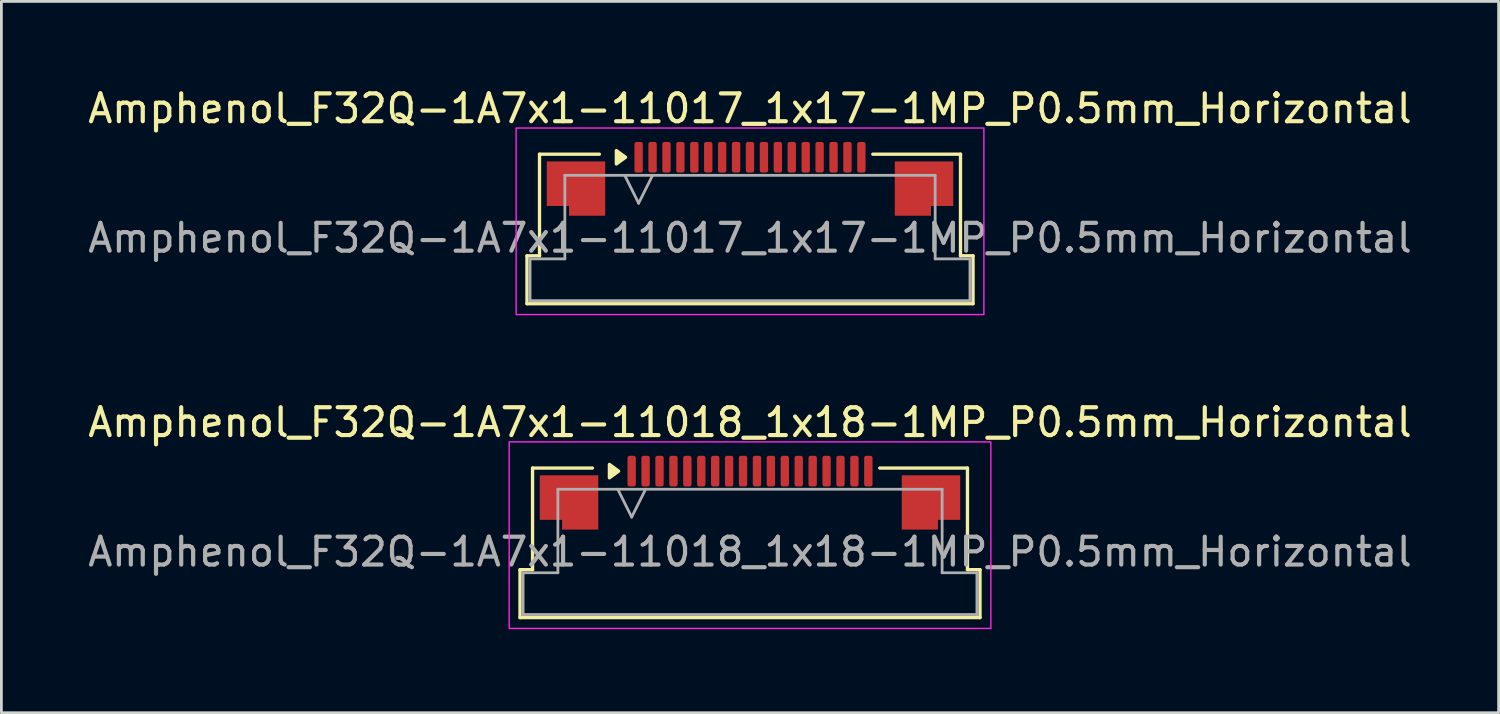
<source format=kicad_pcb>
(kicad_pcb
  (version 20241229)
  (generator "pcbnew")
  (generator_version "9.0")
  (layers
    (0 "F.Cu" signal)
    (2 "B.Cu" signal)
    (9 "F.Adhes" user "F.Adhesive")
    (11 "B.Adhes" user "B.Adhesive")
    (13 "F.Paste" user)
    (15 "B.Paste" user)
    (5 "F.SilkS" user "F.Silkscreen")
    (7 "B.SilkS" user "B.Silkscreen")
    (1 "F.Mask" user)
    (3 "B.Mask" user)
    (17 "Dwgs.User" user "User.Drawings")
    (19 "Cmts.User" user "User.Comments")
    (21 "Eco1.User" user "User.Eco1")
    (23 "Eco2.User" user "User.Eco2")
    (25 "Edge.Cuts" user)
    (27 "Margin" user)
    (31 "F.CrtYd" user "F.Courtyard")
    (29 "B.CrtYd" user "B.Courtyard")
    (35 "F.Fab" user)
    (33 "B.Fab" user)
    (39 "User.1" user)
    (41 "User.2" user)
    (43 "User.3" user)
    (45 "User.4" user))
  (footprint "Amphenol_F32Q-1A7x1-11018_1x18-1MP_P0.5mm_Horizontal"
    (layer "F.Cu")
    (at 23.887 16.771)
    (property "Reference" "Amphenol_F32Q-1A7x1-11018_1x18-1MP_P0.5mm_Horizontal" (at 0 -4.65 0) (layer "F.SilkS") (effects (font (size 1 1) (thickness 0.15))))
    (attr smd)
    (fp_line (start -8.26 0.64) (end -7.81 0.64) (stroke (width 0.12) (type solid)) (layer "F.SilkS"))
    (fp_line (start -8.26 2.36) (end -8.26 0.64) (stroke (width 0.12) (type solid)) (layer "F.SilkS"))
    (fp_line (start -7.81 -3.01) (end -5.66 -3.01) (stroke (width 0.12) (type solid)) (layer "F.SilkS"))
    (fp_line (start -7.81 0.64) (end -7.81 -3.01) (stroke (width 0.12) (type solid)) (layer "F.SilkS"))
    (fp_line (start 4.66 -3.01) (end 7.81 -3.01) (stroke (width 0.12) (type solid)) (layer "F.SilkS"))
    (fp_line (start 7.81 -3.01) (end 7.81 0.64) (stroke (width 0.12) (type solid)) (layer "F.SilkS"))
    (fp_line (start 7.81 0.64) (end 8.26 0.64) (stroke (width 0.12) (type solid)) (layer "F.SilkS"))
    (fp_line (start 8.26 0.64) (end 8.26 2.36) (stroke (width 0.12) (type solid)) (layer "F.SilkS"))
    (fp_line (start 8.26 2.36) (end -8.26 2.36) (stroke (width 0.12) (type solid)) (layer "F.SilkS"))
    (fp_poly (pts (xy -4.72 -2.9) (xy -5.05 -2.66) (xy -5.05 -3.14)) (stroke (width 0.12) (type solid)) (fill yes) (layer "F.SilkS"))
    (fp_rect (start -8.65 -3.95) (end 8.65 2.75) (stroke (width 0.05) (type solid)) (fill no) (layer "F.CrtYd"))
    (fp_line (start -8.15 0.75) (end -6.9 0.75) (stroke (width 0.1) (type solid)) (layer "F.Fab"))
    (fp_line (start -8.15 2.25) (end -8.15 0.75) (stroke (width 0.1) (type solid)) (layer "F.Fab"))
    (fp_line (start -6.9 -2.25) (end 6.9 -2.25) (stroke (width 0.1) (type solid)) (layer "F.Fab"))
    (fp_line (start -6.9 0.75) (end -6.9 -2.25) (stroke (width 0.1) (type solid)) (layer "F.Fab"))
    (fp_line (start -4.75 -2.25) (end -4.25 -1.25) (stroke (width 0.1) (type solid)) (layer "F.Fab"))
    (fp_line (start -4.25 -1.25) (end -3.75 -2.25) (stroke (width 0.1) (type solid)) (layer "F.Fab"))
    (fp_line (start 6.9 -2.25) (end 6.9 0.75) (stroke (width 0.1) (type solid)) (layer "F.Fab"))
    (fp_line (start 6.9 0.75) (end 8.15 0.75) (stroke (width 0.1) (type solid)) (layer "F.Fab"))
    (fp_line (start 8.15 0.75) (end 8.15 2.25) (stroke (width 0.1) (type solid)) (layer "F.Fab"))
    (fp_line (start 8.15 2.25) (end -8.15 2.25) (stroke (width 0.1) (type solid)) (layer "F.Fab"))
    (fp_text user "${REFERENCE}" (at 0 0 0) (layer "F.Fab") (effects (font (size 1 1) (thickness 0.15))))
    (pad "1" smd roundrect (at -4.25 -2.9) (size 0.3 1.1) (layers "F.Cu" "F.Mask" "F.Paste") (roundrect_rratio 0.25))
    (pad "2" smd roundrect (at -3.75 -2.9) (size 0.3 1.1) (layers "F.Cu" "F.Mask" "F.Paste") (roundrect_rratio 0.25))
    (pad "3" smd roundrect (at -3.25 -2.9) (size 0.3 1.1) (layers "F.Cu" "F.Mask" "F.Paste") (roundrect_rratio 0.25))
    (pad "4" smd roundrect (at -2.75 -2.9) (size 0.3 1.1) (layers "F.Cu" "F.Mask" "F.Paste") (roundrect_rratio 0.25))
    (pad "5" smd roundrect (at -2.25 -2.9) (size 0.3 1.1) (layers "F.Cu" "F.Mask" "F.Paste") (roundrect_rratio 0.25))
    (pad "6" smd roundrect (at -1.75 -2.9) (size 0.3 1.1) (layers "F.Cu" "F.Mask" "F.Paste") (roundrect_rratio 0.25))
    (pad "7" smd roundrect (at -1.25 -2.9) (size 0.3 1.1) (layers "F.Cu" "F.Mask" "F.Paste") (roundrect_rratio 0.25))
    (pad "8" smd roundrect (at -0.75 -2.9) (size 0.3 1.1) (layers "F.Cu" "F.Mask" "F.Paste") (roundrect_rratio 0.25))
    (pad "9" smd roundrect (at -0.25 -2.9) (size 0.3 1.1) (layers "F.Cu" "F.Mask" "F.Paste") (roundrect_rratio 0.25))
    (pad "10" smd roundrect (at 0.25 -2.9) (size 0.3 1.1) (layers "F.Cu" "F.Mask" "F.Paste") (roundrect_rratio 0.25))
    (pad "11" smd roundrect (at 0.75 -2.9) (size 0.3 1.1) (layers "F.Cu" "F.Mask" "F.Paste") (roundrect_rratio 0.25))
    (pad "12" smd roundrect (at 1.25 -2.9) (size 0.3 1.1) (layers "F.Cu" "F.Mask" "F.Paste") (roundrect_rratio 0.25))
    (pad "13" smd roundrect (at 1.75 -2.9) (size 0.3 1.1) (layers "F.Cu" "F.Mask" "F.Paste") (roundrect_rratio 0.25))
    (pad "14" smd roundrect (at 2.25 -2.9) (size 0.3 1.1) (layers "F.Cu" "F.Mask" "F.Paste") (roundrect_rratio 0.25))
    (pad "15" smd roundrect (at 2.75 -2.9) (size 0.3 1.1) (layers "F.Cu" "F.Mask" "F.Paste") (roundrect_rratio 0.25))
    (pad "16" smd roundrect (at 3.25 -2.9) (size 0.3 1.1) (layers "F.Cu" "F.Mask" "F.Paste") (roundrect_rratio 0.25))
    (pad "17" smd roundrect (at 3.75 -2.9) (size 0.3 1.1) (layers "F.Cu" "F.Mask" "F.Paste") (roundrect_rratio 0.25))
    (pad "18" smd roundrect (at 4.25 -2.9) (size 0.3 1.1) (layers "F.Cu" "F.Mask" "F.Paste") (roundrect_rratio 0.25))
    (pad "MP" smd custom (at -6.5 -1.775) (size 1 1) (layers "F.Cu" "F.Mask" "F.Paste") (options (anchor circle)) (primitives (gr_poly (pts (xy 1.05 -0.975) (xy 1.05 0.975) (xy -0.25 0.975) (xy -0.25 0.625) (xy -1.05 0.625) (xy -1.05 -0.975)) (width 0) (fill yes))))
    (pad "MP" smd custom (at 6.5 -1.775) (size 1 1) (layers "F.Cu" "F.Mask" "F.Paste") (options (anchor circle)) (primitives (gr_poly (pts (xy -1.05 -0.975) (xy -1.05 0.975) (xy 0.25 0.975) (xy 0.25 0.625) (xy 1.05 0.625) (xy 1.05 -0.975)) (width 0) (fill yes)))))
  (footprint "Amphenol_F32Q-1A7x1-11017_1x17-1MP_P0.5mm_Horizontal"
    (layer "F.Cu")
    (at 23.887 5.498)
    (property "Reference" "Amphenol_F32Q-1A7x1-11017_1x17-1MP_P0.5mm_Horizontal" (at 0 -4.65 0) (layer "F.SilkS") (effects (font (size 1 1) (thickness 0.15))))
    (attr smd)
    (fp_line (start -8.01 0.64) (end -7.56 0.64) (stroke (width 0.12) (type solid)) (layer "F.SilkS"))
    (fp_line (start -8.01 2.36) (end -8.01 0.64) (stroke (width 0.12) (type solid)) (layer "F.SilkS"))
    (fp_line (start -7.56 -3.01) (end -5.41 -3.01) (stroke (width 0.12) (type solid)) (layer "F.SilkS"))
    (fp_line (start -7.56 0.64) (end -7.56 -3.01) (stroke (width 0.12) (type solid)) (layer "F.SilkS"))
    (fp_line (start 4.41 -3.01) (end 7.56 -3.01) (stroke (width 0.12) (type solid)) (layer "F.SilkS"))
    (fp_line (start 7.56 -3.01) (end 7.56 0.64) (stroke (width 0.12) (type solid)) (layer "F.SilkS"))
    (fp_line (start 7.56 0.64) (end 8.01 0.64) (stroke (width 0.12) (type solid)) (layer "F.SilkS"))
    (fp_line (start 8.01 0.64) (end 8.01 2.36) (stroke (width 0.12) (type solid)) (layer "F.SilkS"))
    (fp_line (start 8.01 2.36) (end -8.01 2.36) (stroke (width 0.12) (type solid)) (layer "F.SilkS"))
    (fp_poly (pts (xy -4.47 -2.9) (xy -4.8 -2.66) (xy -4.8 -3.14)) (stroke (width 0.12) (type solid)) (fill yes) (layer "F.SilkS"))
    (fp_rect (start -8.4 -3.95) (end 8.4 2.75) (stroke (width 0.05) (type solid)) (fill no) (layer "F.CrtYd"))
    (fp_line (start -7.9 0.75) (end -6.65 0.75) (stroke (width 0.1) (type solid)) (layer "F.Fab"))
    (fp_line (start -7.9 2.25) (end -7.9 0.75) (stroke (width 0.1) (type solid)) (layer "F.Fab"))
    (fp_line (start -6.65 -2.25) (end 6.65 -2.25) (stroke (width 0.1) (type solid)) (layer "F.Fab"))
    (fp_line (start -6.65 0.75) (end -6.65 -2.25) (stroke (width 0.1) (type solid)) (layer "F.Fab"))
    (fp_line (start -4.5 -2.25) (end -4 -1.25) (stroke (width 0.1) (type solid)) (layer "F.Fab"))
    (fp_line (start -4 -1.25) (end -3.5 -2.25) (stroke (width 0.1) (type solid)) (layer "F.Fab"))
    (fp_line (start 6.65 -2.25) (end 6.65 0.75) (stroke (width 0.1) (type solid)) (layer "F.Fab"))
    (fp_line (start 6.65 0.75) (end 7.9 0.75) (stroke (width 0.1) (type solid)) (layer "F.Fab"))
    (fp_line (start 7.9 0.75) (end 7.9 2.25) (stroke (width 0.1) (type solid)) (layer "F.Fab"))
    (fp_line (start 7.9 2.25) (end -7.9 2.25) (stroke (width 0.1) (type solid)) (layer "F.Fab"))
    (fp_text user "${REFERENCE}" (at 0 0 0) (layer "F.Fab") (effects (font (size 1 1) (thickness 0.15))))
    (pad "1" smd roundrect (at -4 -2.9) (size 0.3 1.1) (layers "F.Cu" "F.Mask" "F.Paste") (roundrect_rratio 0.25))
    (pad "2" smd roundrect (at -3.5 -2.9) (size 0.3 1.1) (layers "F.Cu" "F.Mask" "F.Paste") (roundrect_rratio 0.25))
    (pad "3" smd roundrect (at -3 -2.9) (size 0.3 1.1) (layers "F.Cu" "F.Mask" "F.Paste") (roundrect_rratio 0.25))
    (pad "4" smd roundrect (at -2.5 -2.9) (size 0.3 1.1) (layers "F.Cu" "F.Mask" "F.Paste") (roundrect_rratio 0.25))
    (pad "5" smd roundrect (at -2 -2.9) (size 0.3 1.1) (layers "F.Cu" "F.Mask" "F.Paste") (roundrect_rratio 0.25))
    (pad "6" smd roundrect (at -1.5 -2.9) (size 0.3 1.1) (layers "F.Cu" "F.Mask" "F.Paste") (roundrect_rratio 0.25))
    (pad "7" smd roundrect (at -1 -2.9) (size 0.3 1.1) (layers "F.Cu" "F.Mask" "F.Paste") (roundrect_rratio 0.25))
    (pad "8" smd roundrect (at -0.5 -2.9) (size 0.3 1.1) (layers "F.Cu" "F.Mask" "F.Paste") (roundrect_rratio 0.25))
    (pad "9" smd roundrect (at 0 -2.9) (size 0.3 1.1) (layers "F.Cu" "F.Mask" "F.Paste") (roundrect_rratio 0.25))
    (pad "10" smd roundrect (at 0.5 -2.9) (size 0.3 1.1) (layers "F.Cu" "F.Mask" "F.Paste") (roundrect_rratio 0.25))
    (pad "11" smd roundrect (at 1 -2.9) (size 0.3 1.1) (layers "F.Cu" "F.Mask" "F.Paste") (roundrect_rratio 0.25))
    (pad "12" smd roundrect (at 1.5 -2.9) (size 0.3 1.1) (layers "F.Cu" "F.Mask" "F.Paste") (roundrect_rratio 0.25))
    (pad "13" smd roundrect (at 2 -2.9) (size 0.3 1.1) (layers "F.Cu" "F.Mask" "F.Paste") (roundrect_rratio 0.25))
    (pad "14" smd roundrect (at 2.5 -2.9) (size 0.3 1.1) (layers "F.Cu" "F.Mask" "F.Paste") (roundrect_rratio 0.25))
    (pad "15" smd roundrect (at 3 -2.9) (size 0.3 1.1) (layers "F.Cu" "F.Mask" "F.Paste") (roundrect_rratio 0.25))
    (pad "16" smd roundrect (at 3.5 -2.9) (size 0.3 1.1) (layers "F.Cu" "F.Mask" "F.Paste") (roundrect_rratio 0.25))
    (pad "17" smd roundrect (at 4 -2.9) (size 0.3 1.1) (layers "F.Cu" "F.Mask" "F.Paste") (roundrect_rratio 0.25))
    (pad "MP" smd custom (at -6.25 -1.775) (size 1 1) (layers "F.Cu" "F.Mask" "F.Paste") (options (anchor circle)) (primitives (gr_poly (pts (xy 1.05 -0.975) (xy 1.05 0.975) (xy -0.25 0.975) (xy -0.25 0.625) (xy -1.05 0.625) (xy -1.05 -0.975)) (width 0) (fill yes))))
    (pad "MP" smd custom (at 6.25 -1.775) (size 1 1) (layers "F.Cu" "F.Mask" "F.Paste") (options (anchor circle)) (primitives (gr_poly (pts (xy -1.05 -0.975) (xy -1.05 0.975) (xy 0.25 0.975) (xy 0.25 0.625) (xy 1.05 0.625) (xy 1.05 -0.975)) (width 0) (fill yes)))))
  (gr_rect
    (start -3 -3)
    (end 50.774 22.547)
    (stroke (width 0.1) (type default))
    (fill no)
    (layer "Edge.Cuts")))
</source>
